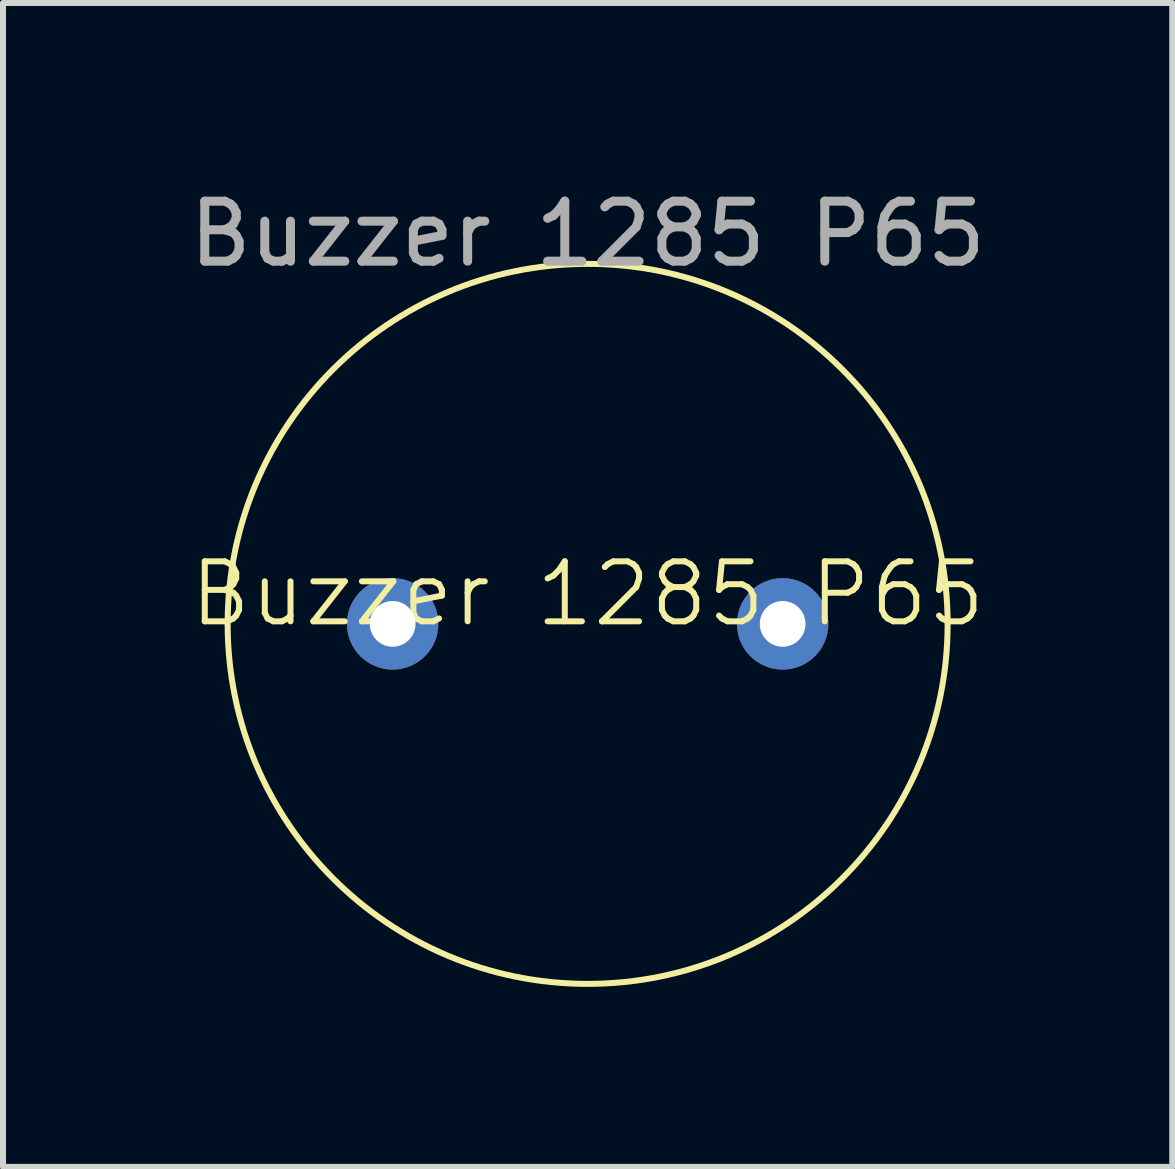
<source format=kicad_pcb>
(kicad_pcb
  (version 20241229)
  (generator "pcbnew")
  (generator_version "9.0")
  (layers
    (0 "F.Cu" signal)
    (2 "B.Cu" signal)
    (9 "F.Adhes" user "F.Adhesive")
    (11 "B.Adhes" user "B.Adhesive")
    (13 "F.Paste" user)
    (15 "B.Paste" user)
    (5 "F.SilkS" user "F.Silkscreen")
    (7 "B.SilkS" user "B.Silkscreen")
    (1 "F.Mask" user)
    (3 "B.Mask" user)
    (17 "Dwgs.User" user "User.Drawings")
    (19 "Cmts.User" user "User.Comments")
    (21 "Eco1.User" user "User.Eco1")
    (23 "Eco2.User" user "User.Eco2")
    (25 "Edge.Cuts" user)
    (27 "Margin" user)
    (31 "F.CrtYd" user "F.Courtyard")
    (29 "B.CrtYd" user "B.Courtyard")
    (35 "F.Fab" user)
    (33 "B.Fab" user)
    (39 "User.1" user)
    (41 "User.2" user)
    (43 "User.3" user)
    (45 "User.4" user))
  (footprint "Buzzer 1285 P65"
    (layer "F.Cu")
    (at 6.744 7.348)
    (property "Reference" "Buzzer 1285 P65" (at 0 -0.5 0) (unlocked yes) (layer "F.SilkS") (effects (font (size 1 1) (thickness 0.1))))
    (attr through_hole)
    (fp_circle (center 0 0) (end 0 -6) (stroke (width 0.1) (type default)) (fill no) (layer "F.SilkS"))
    (fp_text user "${REFERENCE}" (at 0 -6.5 0) (unlocked yes) (layer "F.Fab") (effects (font (size 1 1) (thickness 0.15))))
    (pad "1" thru_hole circle (at -3.25 0) (size 1.524 1.524) (drill 0.762) (layers "*.Cu" "*.Mask"))
    (pad "2" thru_hole circle (at 3.25 0) (size 1.524 1.524) (drill 0.762) (layers "*.Cu" "*.Mask")))
  (gr_rect
    (start -3 -3)
    (end 16.488 16.398)
    (stroke (width 0.1) (type default))
    (fill no)
    (layer "Edge.Cuts")))
</source>
